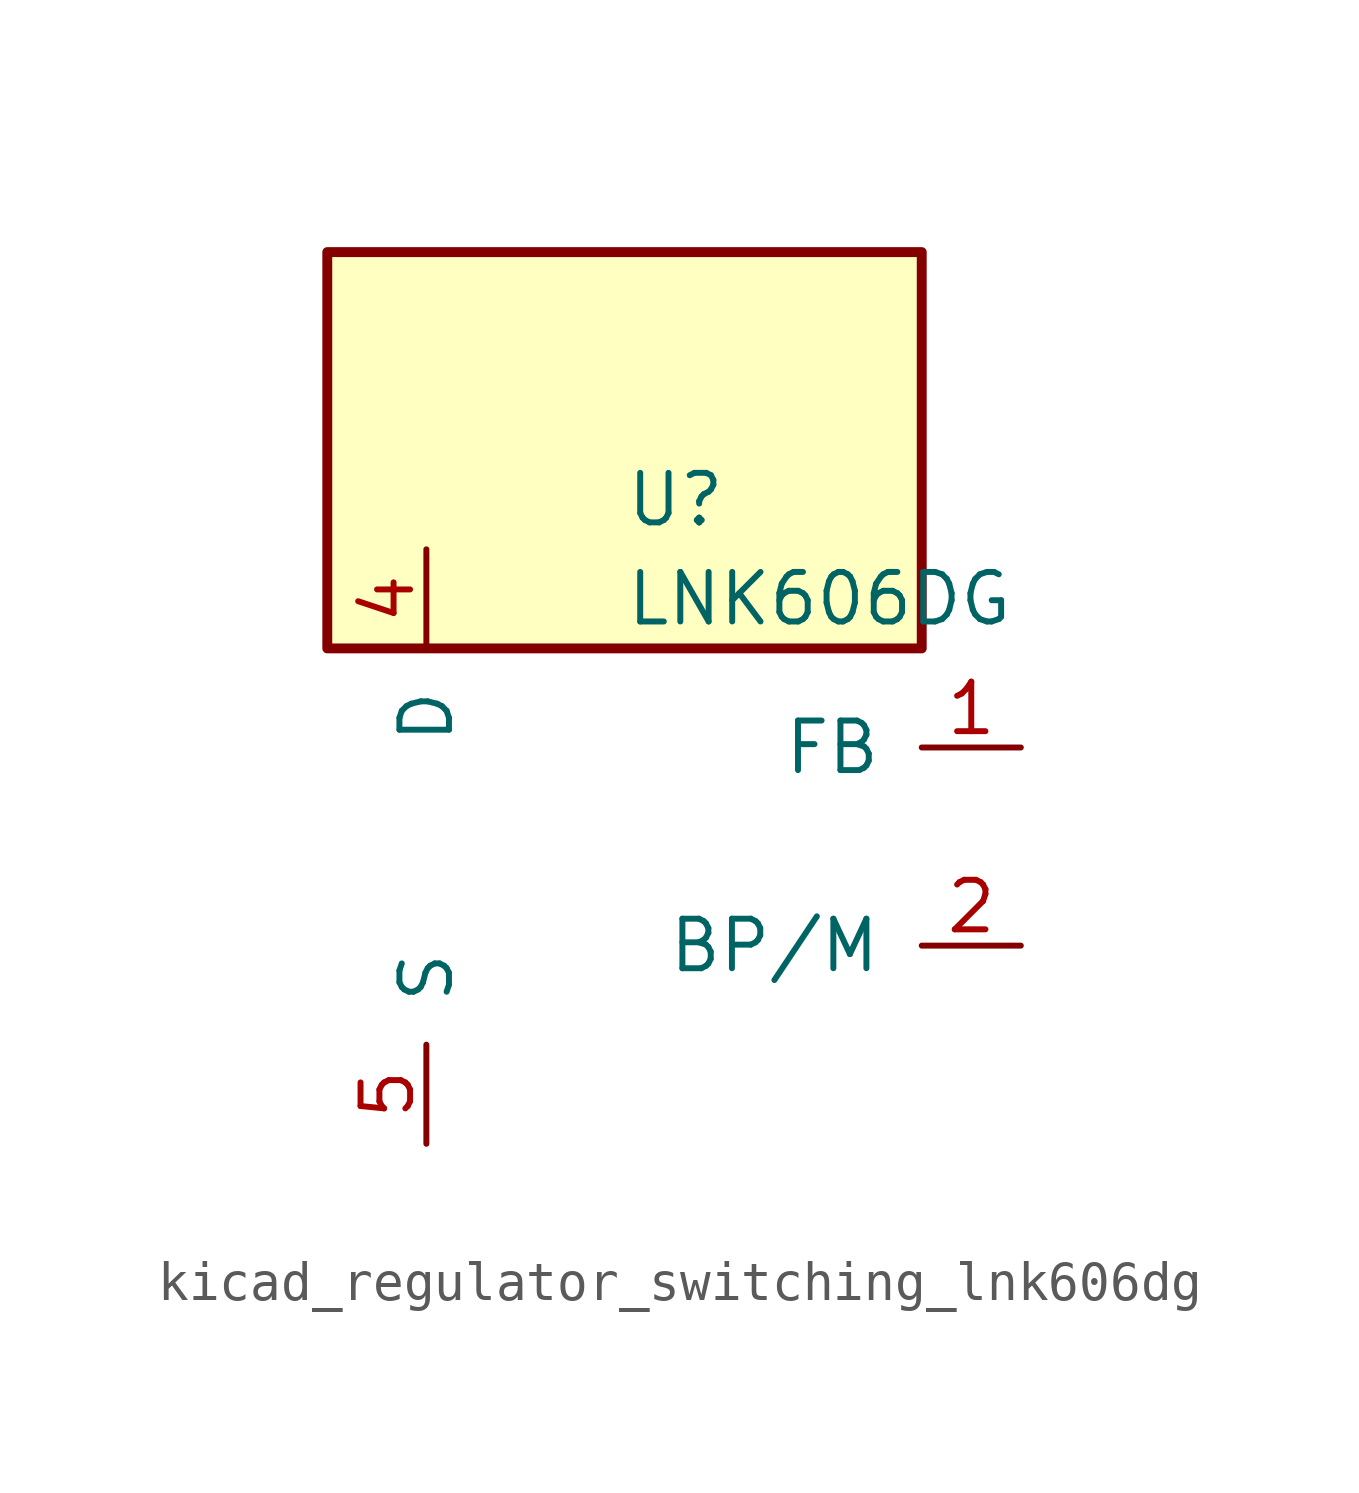
<source format=kicad_sym>
(kicad_symbol_lib
  (version 20220914)
  (generator kicad_symbol_editor)
  (symbol "kicad_regulator_switching_lnk606dg"
    (pin_names
      (offset 1.016))
    (property "Reference" "U"
      (at 0 8.89 0)
      (effects (font (size 1.27 1.27)) (justify left)))
    (property "Value" "LNK606DG"
      (at 0 6.35 0)
      (effects (font (size 1.27 1.27)) (justify left)))
    (symbol "kicad_regulator_switching_lnk606dg_0_1"
      (rectangle (start 7.62 15.24) (end -7.62 5.08) (stroke (width 0.254) (type default)) (fill (type background))))
    (symbol "kicad_regulator_switching_lnk606dg_1_1"
      (pin input line (at 10.16 2.54 180) (length 2.54) (name "FB" (effects (font (size 1.27 1.27)))) (number "1" (effects (font (size 1.27 1.27)))))
      (pin input line (at 10.16 -2.54 180) (length 2.54) (name "BP/M" (effects (font (size 1.27 1.27)))) (number "2" (effects (font (size 1.27 1.27)))))
      (pin open_collector line (at -5.08 7.62 270) (length 2.54) (name "D" (effects (font (size 1.27 1.27)))) (number "4" (effects (font (size 1.27 1.27)))))
      (pin power_in line (at -5.08 -7.62 90) (length 2.54) (name "S" (effects (font (size 1.27 1.27)))) (number "5" (effects (font (size 1.27 1.27)))))
      (pin passive line (at -5.08 -7.62 90) (length 2.54) hide (name "S" (effects (font (size 1.27 1.27)))) (number "6" (effects (font (size 1.27 1.27)))))
      (pin passive line (at -5.08 -7.62 90) (length 2.54) hide (name "S" (effects (font (size 1.27 1.27)))) (number "7" (effects (font (size 1.27 1.27)))))
      (pin passive line (at -5.08 -7.62 90) (length 2.54) hide (name "S" (effects (font (size 1.27 1.27)))) (number "8" (effects (font (size 1.27 1.27))))))))
</source>
